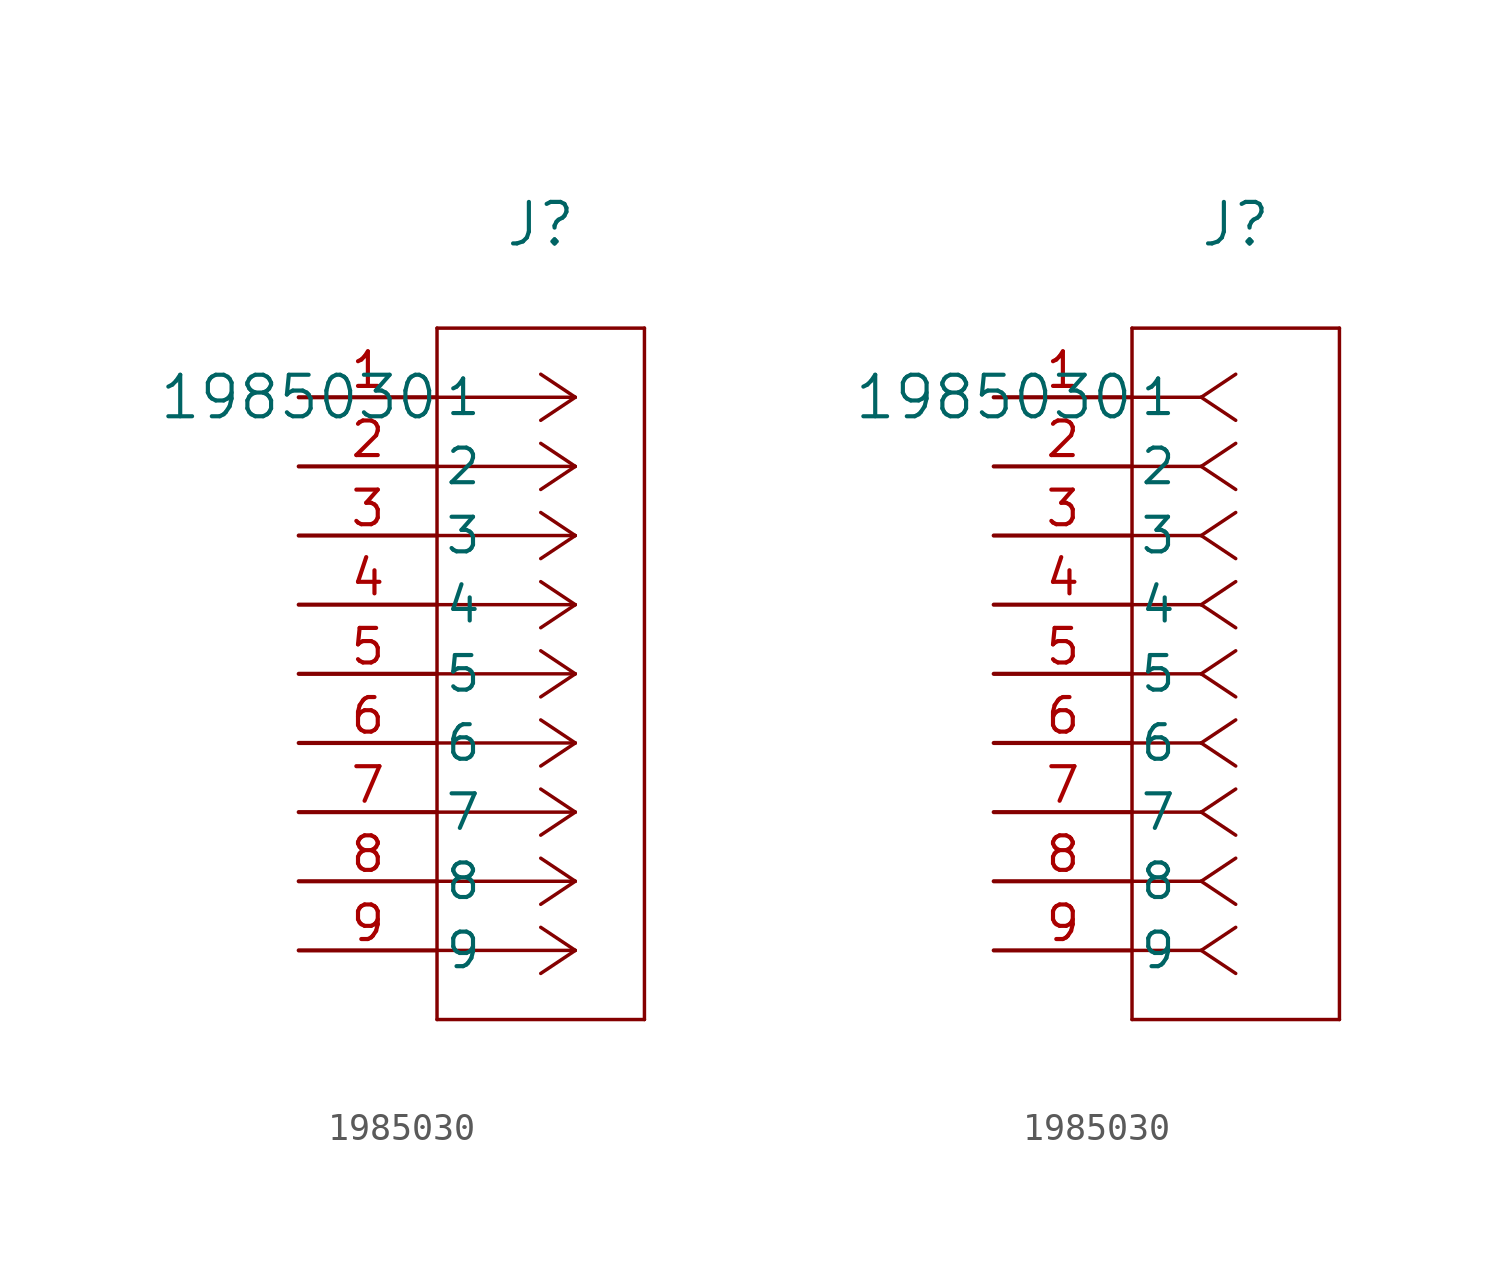
<source format=kicad_sym>
(kicad_symbol_lib
  (version 20211014)
  (generator kicad_symbol_editor)
  (symbol "1985030"
    (pin_names
      (offset 0.254))
    (property "Reference" "J"
      (at 8.89 6.35 0)
      (effects (font (size 1.524 1.524))))
    (property "Value" "1985030"
      (at 0 0 0)
      (effects (font (size 1.524 1.524))))
    (symbol "1985030_1_1"
      (polyline (pts (xy 10.16 0) (xy 5.08 0)) (stroke (width 0.127) (type default) (color 0 0 0 0)) (fill (type none)))
      (polyline (pts (xy 10.16 -2.54) (xy 5.08 -2.54)) (stroke (width 0.127) (type default) (color 0 0 0 0)) (fill (type none)))
      (polyline (pts (xy 10.16 -5.08) (xy 5.08 -5.08)) (stroke (width 0.127) (type default) (color 0 0 0 0)) (fill (type none)))
      (polyline (pts (xy 10.16 -7.62) (xy 5.08 -7.62)) (stroke (width 0.127) (type default) (color 0 0 0 0)) (fill (type none)))
      (polyline (pts (xy 10.16 -10.16) (xy 5.08 -10.16)) (stroke (width 0.127) (type default) (color 0 0 0 0)) (fill (type none)))
      (polyline (pts (xy 10.16 -12.7) (xy 5.08 -12.7)) (stroke (width 0.127) (type default) (color 0 0 0 0)) (fill (type none)))
      (polyline (pts (xy 10.16 -15.24) (xy 5.08 -15.24)) (stroke (width 0.127) (type default) (color 0 0 0 0)) (fill (type none)))
      (polyline (pts (xy 10.16 -17.78) (xy 5.08 -17.78)) (stroke (width 0.127) (type default) (color 0 0 0 0)) (fill (type none)))
      (polyline (pts (xy 10.16 -20.32) (xy 5.08 -20.32)) (stroke (width 0.127) (type default) (color 0 0 0 0)) (fill (type none)))
      (polyline (pts (xy 10.16 0) (xy 8.89 0.847)) (stroke (width 0.127) (type default) (color 0 0 0 0)) (fill (type none)))
      (polyline (pts (xy 10.16 -2.54) (xy 8.89 -1.693)) (stroke (width 0.127) (type default) (color 0 0 0 0)) (fill (type none)))
      (polyline (pts (xy 10.16 -5.08) (xy 8.89 -4.233)) (stroke (width 0.127) (type default) (color 0 0 0 0)) (fill (type none)))
      (polyline (pts (xy 10.16 -7.62) (xy 8.89 -6.773)) (stroke (width 0.127) (type default) (color 0 0 0 0)) (fill (type none)))
      (polyline (pts (xy 10.16 -10.16) (xy 8.89 -9.313)) (stroke (width 0.127) (type default) (color 0 0 0 0)) (fill (type none)))
      (polyline (pts (xy 10.16 -12.7) (xy 8.89 -11.853)) (stroke (width 0.127) (type default) (color 0 0 0 0)) (fill (type none)))
      (polyline (pts (xy 10.16 -15.24) (xy 8.89 -14.393)) (stroke (width 0.127) (type default) (color 0 0 0 0)) (fill (type none)))
      (polyline (pts (xy 10.16 -17.78) (xy 8.89 -16.933)) (stroke (width 0.127) (type default) (color 0 0 0 0)) (fill (type none)))
      (polyline (pts (xy 10.16 -20.32) (xy 8.89 -19.473)) (stroke (width 0.127) (type default) (color 0 0 0 0)) (fill (type none)))
      (polyline (pts (xy 10.16 0) (xy 8.89 -0.847)) (stroke (width 0.127) (type default) (color 0 0 0 0)) (fill (type none)))
      (polyline (pts (xy 10.16 -2.54) (xy 8.89 -3.387)) (stroke (width 0.127) (type default) (color 0 0 0 0)) (fill (type none)))
      (polyline (pts (xy 10.16 -5.08) (xy 8.89 -5.927)) (stroke (width 0.127) (type default) (color 0 0 0 0)) (fill (type none)))
      (polyline (pts (xy 10.16 -7.62) (xy 8.89 -8.467)) (stroke (width 0.127) (type default) (color 0 0 0 0)) (fill (type none)))
      (polyline (pts (xy 10.16 -10.16) (xy 8.89 -11.007)) (stroke (width 0.127) (type default) (color 0 0 0 0)) (fill (type none)))
      (polyline (pts (xy 10.16 -12.7) (xy 8.89 -13.547)) (stroke (width 0.127) (type default) (color 0 0 0 0)) (fill (type none)))
      (polyline (pts (xy 10.16 -15.24) (xy 8.89 -16.087)) (stroke (width 0.127) (type default) (color 0 0 0 0)) (fill (type none)))
      (polyline (pts (xy 10.16 -17.78) (xy 8.89 -18.627)) (stroke (width 0.127) (type default) (color 0 0 0 0)) (fill (type none)))
      (polyline (pts (xy 10.16 -20.32) (xy 8.89 -21.167)) (stroke (width 0.127) (type default) (color 0 0 0 0)) (fill (type none)))
      (polyline (pts (xy 5.08 2.54) (xy 5.08 -22.86)) (stroke (width 0.127) (type default) (color 0 0 0 0)) (fill (type none)))
      (polyline (pts (xy 5.08 -22.86) (xy 12.7 -22.86)) (stroke (width 0.127) (type default) (color 0 0 0 0)) (fill (type none)))
      (polyline (pts (xy 12.7 -22.86) (xy 12.7 2.54)) (stroke (width 0.127) (type default) (color 0 0 0 0)) (fill (type none)))
      (polyline (pts (xy 12.7 2.54) (xy 5.08 2.54)) (stroke (width 0.127) (type default) (color 0 0 0 0)) (fill (type none)))
      (pin unspecified line (at 0 0 0) (length 5.08) (name "1" (effects (font (size 1.27 1.27)))) (number "1" (effects (font (size 1.27 1.27)))))
      (pin unspecified line (at 0 -2.54 0) (length 5.08) (name "2" (effects (font (size 1.27 1.27)))) (number "2" (effects (font (size 1.27 1.27)))))
      (pin unspecified line (at 0 -5.08 0) (length 5.08) (name "3" (effects (font (size 1.27 1.27)))) (number "3" (effects (font (size 1.27 1.27)))))
      (pin unspecified line (at 0 -7.62 0) (length 5.08) (name "4" (effects (font (size 1.27 1.27)))) (number "4" (effects (font (size 1.27 1.27)))))
      (pin unspecified line (at 0 -10.16 0) (length 5.08) (name "5" (effects (font (size 1.27 1.27)))) (number "5" (effects (font (size 1.27 1.27)))))
      (pin unspecified line (at 0 -12.7 0) (length 5.08) (name "6" (effects (font (size 1.27 1.27)))) (number "6" (effects (font (size 1.27 1.27)))))
      (pin unspecified line (at 0 -15.24 0) (length 5.08) (name "7" (effects (font (size 1.27 1.27)))) (number "7" (effects (font (size 1.27 1.27)))))
      (pin unspecified line (at 0 -17.78 0) (length 5.08) (name "8" (effects (font (size 1.27 1.27)))) (number "8" (effects (font (size 1.27 1.27)))))
      (pin unspecified line (at 0 -20.32 0) (length 5.08) (name "9" (effects (font (size 1.27 1.27)))) (number "9" (effects (font (size 1.27 1.27))))))
    (symbol "1985030_1_2"
      (polyline (pts (xy 7.62 0) (xy 5.08 0)) (stroke (width 0.127) (type default) (color 0 0 0 0)) (fill (type none)))
      (polyline (pts (xy 7.62 -2.54) (xy 5.08 -2.54)) (stroke (width 0.127) (type default) (color 0 0 0 0)) (fill (type none)))
      (polyline (pts (xy 7.62 -5.08) (xy 5.08 -5.08)) (stroke (width 0.127) (type default) (color 0 0 0 0)) (fill (type none)))
      (polyline (pts (xy 7.62 -7.62) (xy 5.08 -7.62)) (stroke (width 0.127) (type default) (color 0 0 0 0)) (fill (type none)))
      (polyline (pts (xy 7.62 -10.16) (xy 5.08 -10.16)) (stroke (width 0.127) (type default) (color 0 0 0 0)) (fill (type none)))
      (polyline (pts (xy 7.62 -12.7) (xy 5.08 -12.7)) (stroke (width 0.127) (type default) (color 0 0 0 0)) (fill (type none)))
      (polyline (pts (xy 7.62 -15.24) (xy 5.08 -15.24)) (stroke (width 0.127) (type default) (color 0 0 0 0)) (fill (type none)))
      (polyline (pts (xy 7.62 -17.78) (xy 5.08 -17.78)) (stroke (width 0.127) (type default) (color 0 0 0 0)) (fill (type none)))
      (polyline (pts (xy 7.62 -20.32) (xy 5.08 -20.32)) (stroke (width 0.127) (type default) (color 0 0 0 0)) (fill (type none)))
      (polyline (pts (xy 7.62 0) (xy 8.89 0.847)) (stroke (width 0.127) (type default) (color 0 0 0 0)) (fill (type none)))
      (polyline (pts (xy 7.62 -2.54) (xy 8.89 -1.693)) (stroke (width 0.127) (type default) (color 0 0 0 0)) (fill (type none)))
      (polyline (pts (xy 7.62 -5.08) (xy 8.89 -4.233)) (stroke (width 0.127) (type default) (color 0 0 0 0)) (fill (type none)))
      (polyline (pts (xy 7.62 -7.62) (xy 8.89 -6.773)) (stroke (width 0.127) (type default) (color 0 0 0 0)) (fill (type none)))
      (polyline (pts (xy 7.62 -10.16) (xy 8.89 -9.313)) (stroke (width 0.127) (type default) (color 0 0 0 0)) (fill (type none)))
      (polyline (pts (xy 7.62 -12.7) (xy 8.89 -11.853)) (stroke (width 0.127) (type default) (color 0 0 0 0)) (fill (type none)))
      (polyline (pts (xy 7.62 -15.24) (xy 8.89 -14.393)) (stroke (width 0.127) (type default) (color 0 0 0 0)) (fill (type none)))
      (polyline (pts (xy 7.62 -17.78) (xy 8.89 -16.933)) (stroke (width 0.127) (type default) (color 0 0 0 0)) (fill (type none)))
      (polyline (pts (xy 7.62 -20.32) (xy 8.89 -19.473)) (stroke (width 0.127) (type default) (color 0 0 0 0)) (fill (type none)))
      (polyline (pts (xy 7.62 0) (xy 8.89 -0.847)) (stroke (width 0.127) (type default) (color 0 0 0 0)) (fill (type none)))
      (polyline (pts (xy 7.62 -2.54) (xy 8.89 -3.387)) (stroke (width 0.127) (type default) (color 0 0 0 0)) (fill (type none)))
      (polyline (pts (xy 7.62 -5.08) (xy 8.89 -5.927)) (stroke (width 0.127) (type default) (color 0 0 0 0)) (fill (type none)))
      (polyline (pts (xy 7.62 -7.62) (xy 8.89 -8.467)) (stroke (width 0.127) (type default) (color 0 0 0 0)) (fill (type none)))
      (polyline (pts (xy 7.62 -10.16) (xy 8.89 -11.007)) (stroke (width 0.127) (type default) (color 0 0 0 0)) (fill (type none)))
      (polyline (pts (xy 7.62 -12.7) (xy 8.89 -13.547)) (stroke (width 0.127) (type default) (color 0 0 0 0)) (fill (type none)))
      (polyline (pts (xy 7.62 -15.24) (xy 8.89 -16.087)) (stroke (width 0.127) (type default) (color 0 0 0 0)) (fill (type none)))
      (polyline (pts (xy 7.62 -17.78) (xy 8.89 -18.627)) (stroke (width 0.127) (type default) (color 0 0 0 0)) (fill (type none)))
      (polyline (pts (xy 7.62 -20.32) (xy 8.89 -21.167)) (stroke (width 0.127) (type default) (color 0 0 0 0)) (fill (type none)))
      (polyline (pts (xy 5.08 2.54) (xy 5.08 -22.86)) (stroke (width 0.127) (type default) (color 0 0 0 0)) (fill (type none)))
      (polyline (pts (xy 5.08 -22.86) (xy 12.7 -22.86)) (stroke (width 0.127) (type default) (color 0 0 0 0)) (fill (type none)))
      (polyline (pts (xy 12.7 -22.86) (xy 12.7 2.54)) (stroke (width 0.127) (type default) (color 0 0 0 0)) (fill (type none)))
      (polyline (pts (xy 12.7 2.54) (xy 5.08 2.54)) (stroke (width 0.127) (type default) (color 0 0 0 0)) (fill (type none)))
      (pin unspecified line (at 0 0 0) (length 5.08) (name "1" (effects (font (size 1.27 1.27)))) (number "1" (effects (font (size 1.27 1.27)))))
      (pin unspecified line (at 0 -2.54 0) (length 5.08) (name "2" (effects (font (size 1.27 1.27)))) (number "2" (effects (font (size 1.27 1.27)))))
      (pin unspecified line (at 0 -5.08 0) (length 5.08) (name "3" (effects (font (size 1.27 1.27)))) (number "3" (effects (font (size 1.27 1.27)))))
      (pin unspecified line (at 0 -7.62 0) (length 5.08) (name "4" (effects (font (size 1.27 1.27)))) (number "4" (effects (font (size 1.27 1.27)))))
      (pin unspecified line (at 0 -10.16 0) (length 5.08) (name "5" (effects (font (size 1.27 1.27)))) (number "5" (effects (font (size 1.27 1.27)))))
      (pin unspecified line (at 0 -12.7 0) (length 5.08) (name "6" (effects (font (size 1.27 1.27)))) (number "6" (effects (font (size 1.27 1.27)))))
      (pin unspecified line (at 0 -15.24 0) (length 5.08) (name "7" (effects (font (size 1.27 1.27)))) (number "7" (effects (font (size 1.27 1.27)))))
      (pin unspecified line (at 0 -17.78 0) (length 5.08) (name "8" (effects (font (size 1.27 1.27)))) (number "8" (effects (font (size 1.27 1.27)))))
      (pin unspecified line (at 0 -20.32 0) (length 5.08) (name "9" (effects (font (size 1.27 1.27)))) (number "9" (effects (font (size 1.27 1.27))))))))
</source>
